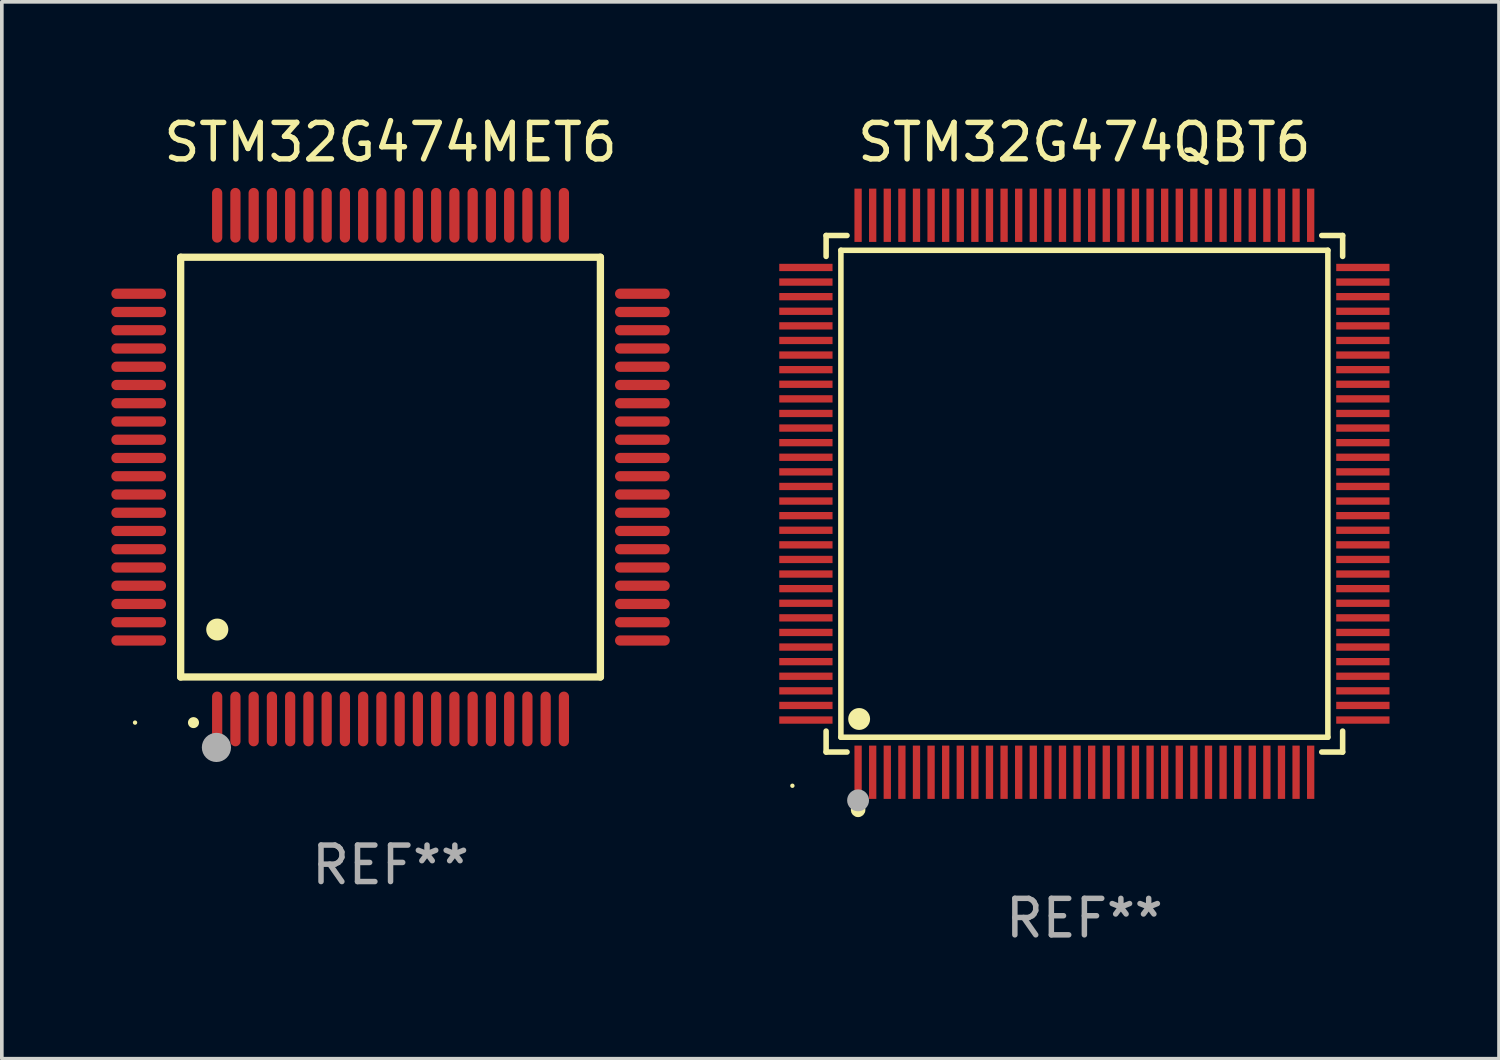
<source format=kicad_pcb>
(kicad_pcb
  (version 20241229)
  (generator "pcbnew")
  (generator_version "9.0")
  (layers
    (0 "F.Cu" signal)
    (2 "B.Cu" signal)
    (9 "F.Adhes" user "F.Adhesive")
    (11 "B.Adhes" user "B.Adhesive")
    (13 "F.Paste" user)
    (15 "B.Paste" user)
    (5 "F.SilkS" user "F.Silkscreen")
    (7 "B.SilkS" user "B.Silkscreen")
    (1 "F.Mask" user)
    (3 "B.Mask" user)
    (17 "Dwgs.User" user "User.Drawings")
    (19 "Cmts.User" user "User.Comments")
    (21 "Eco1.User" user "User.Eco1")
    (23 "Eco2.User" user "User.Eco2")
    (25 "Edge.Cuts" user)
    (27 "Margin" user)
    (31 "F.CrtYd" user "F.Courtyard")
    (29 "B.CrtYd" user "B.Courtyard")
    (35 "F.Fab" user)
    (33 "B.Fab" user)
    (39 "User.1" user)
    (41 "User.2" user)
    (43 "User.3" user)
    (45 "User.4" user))
  (footprint "STM32G474QBT6"
    (layer "F.Cu")
    (at 26.66 10.478)
    (property "Reference" "STM32G474QBT6" (at 0 -9.63 0) (layer "F.SilkS") (effects (font (size 1 1) (thickness 0.15))))
    (attr through_hole)
    (fp_line (start -7.076 -7.076) (end -6.503 -7.076) (stroke (width 0.152) (type solid)) (layer "F.SilkS"))
    (fp_line (start -7.076 -6.503) (end -7.076 -7.076) (stroke (width 0.152) (type solid)) (layer "F.SilkS"))
    (fp_line (start -7.076 6.503) (end -7.076 7.076) (stroke (width 0.152) (type solid)) (layer "F.SilkS"))
    (fp_line (start -7.076 7.076) (end -6.503 7.076) (stroke (width 0.152) (type solid)) (layer "F.SilkS"))
    (fp_line (start -6.671 -6.671) (end 6.671 -6.671) (stroke (width 0.152) (type solid)) (layer "F.SilkS"))
    (fp_line (start -6.671 6.671) (end -6.671 -6.671) (stroke (width 0.152) (type solid)) (layer "F.SilkS"))
    (fp_line (start 6.671 -6.671) (end 6.671 6.671) (stroke (width 0.152) (type solid)) (layer "F.SilkS"))
    (fp_line (start 6.671 6.671) (end -6.671 6.671) (stroke (width 0.152) (type solid)) (layer "F.SilkS"))
    (fp_line (start 7.076 -7.076) (end 6.503 -7.076) (stroke (width 0.152) (type solid)) (layer "F.SilkS"))
    (fp_line (start 7.076 -6.503) (end 7.076 -7.076) (stroke (width 0.152) (type solid)) (layer "F.SilkS"))
    (fp_line (start 7.076 6.503) (end 7.076 7.076) (stroke (width 0.152) (type solid)) (layer "F.SilkS"))
    (fp_line (start 7.076 7.076) (end 6.503 7.076) (stroke (width 0.152) (type solid)) (layer "F.SilkS"))
    (fp_circle (center -8 8) (end -7.97 8) (stroke (width 0.06) (type solid)) (fill no) (layer "F.SilkS"))
    (fp_circle (center -6.2 8.66) (end -6.1 8.66) (stroke (width 0.2) (type solid)) (fill no) (layer "F.SilkS"))
    (fp_circle (center -6.171 6.171) (end -6.021 6.171) (stroke (width 0.3) (type solid)) (fill no) (layer "F.SilkS"))
    (fp_circle (center -6.2 8.4) (end -6.05 8.4) (stroke (width 0.3) (type solid)) (fill no) (layer "F.Fab"))
    (fp_text user "REF**" (at 0 11.63 0) (layer "F.Fab") (effects (font (size 1 1) (thickness 0.15))))
    (pad "1" smd rect (at -6.2 7.63) (size 0.2 1.46) (layers "F.Cu" "F.Mask" "F.Paste"))
    (pad "2" smd rect (at -5.8 7.63) (size 0.2 1.46) (layers "F.Cu" "F.Mask" "F.Paste"))
    (pad "3" smd rect (at -5.4 7.63) (size 0.2 1.46) (layers "F.Cu" "F.Mask" "F.Paste"))
    (pad "4" smd rect (at -5 7.63) (size 0.2 1.46) (layers "F.Cu" "F.Mask" "F.Paste"))
    (pad "5" smd rect (at -4.6 7.63) (size 0.2 1.46) (layers "F.Cu" "F.Mask" "F.Paste"))
    (pad "6" smd rect (at -4.2 7.63) (size 0.2 1.46) (layers "F.Cu" "F.Mask" "F.Paste"))
    (pad "7" smd rect (at -3.8 7.63) (size 0.2 1.46) (layers "F.Cu" "F.Mask" "F.Paste"))
    (pad "8" smd rect (at -3.4 7.63) (size 0.2 1.46) (layers "F.Cu" "F.Mask" "F.Paste"))
    (pad "9" smd rect (at -3 7.63) (size 0.2 1.46) (layers "F.Cu" "F.Mask" "F.Paste"))
    (pad "10" smd rect (at -2.6 7.63) (size 0.2 1.46) (layers "F.Cu" "F.Mask" "F.Paste"))
    (pad "11" smd rect (at -2.2 7.63) (size 0.2 1.46) (layers "F.Cu" "F.Mask" "F.Paste"))
    (pad "12" smd rect (at -1.8 7.63) (size 0.2 1.46) (layers "F.Cu" "F.Mask" "F.Paste"))
    (pad "13" smd rect (at -1.4 7.63) (size 0.2 1.46) (layers "F.Cu" "F.Mask" "F.Paste"))
    (pad "14" smd rect (at -1 7.63) (size 0.2 1.46) (layers "F.Cu" "F.Mask" "F.Paste"))
    (pad "15" smd rect (at -0.6 7.63) (size 0.2 1.46) (layers "F.Cu" "F.Mask" "F.Paste"))
    (pad "16" smd rect (at -0.2 7.63) (size 0.2 1.46) (layers "F.Cu" "F.Mask" "F.Paste"))
    (pad "17" smd rect (at 0.2 7.63) (size 0.2 1.46) (layers "F.Cu" "F.Mask" "F.Paste"))
    (pad "18" smd rect (at 0.6 7.63) (size 0.2 1.46) (layers "F.Cu" "F.Mask" "F.Paste"))
    (pad "19" smd rect (at 1 7.63) (size 0.2 1.46) (layers "F.Cu" "F.Mask" "F.Paste"))
    (pad "20" smd rect (at 1.4 7.63) (size 0.2 1.46) (layers "F.Cu" "F.Mask" "F.Paste"))
    (pad "21" smd rect (at 1.8 7.63) (size 0.2 1.46) (layers "F.Cu" "F.Mask" "F.Paste"))
    (pad "22" smd rect (at 2.2 7.63) (size 0.2 1.46) (layers "F.Cu" "F.Mask" "F.Paste"))
    (pad "23" smd rect (at 2.6 7.63) (size 0.2 1.46) (layers "F.Cu" "F.Mask" "F.Paste"))
    (pad "24" smd rect (at 3 7.63) (size 0.2 1.46) (layers "F.Cu" "F.Mask" "F.Paste"))
    (pad "25" smd rect (at 3.4 7.63) (size 0.2 1.46) (layers "F.Cu" "F.Mask" "F.Paste"))
    (pad "26" smd rect (at 3.8 7.63) (size 0.2 1.46) (layers "F.Cu" "F.Mask" "F.Paste"))
    (pad "27" smd rect (at 4.2 7.63) (size 0.2 1.46) (layers "F.Cu" "F.Mask" "F.Paste"))
    (pad "28" smd rect (at 4.6 7.63) (size 0.2 1.46) (layers "F.Cu" "F.Mask" "F.Paste"))
    (pad "29" smd rect (at 5 7.63) (size 0.2 1.46) (layers "F.Cu" "F.Mask" "F.Paste"))
    (pad "30" smd rect (at 5.4 7.63) (size 0.2 1.46) (layers "F.Cu" "F.Mask" "F.Paste"))
    (pad "31" smd rect (at 5.8 7.63) (size 0.2 1.46) (layers "F.Cu" "F.Mask" "F.Paste"))
    (pad "32" smd rect (at 6.2 7.63) (size 0.2 1.46) (layers "F.Cu" "F.Mask" "F.Paste"))
    (pad "33" smd rect (at 7.63 6.2) (size 1.46 0.2) (layers "F.Cu" "F.Mask" "F.Paste"))
    (pad "34" smd rect (at 7.63 5.8) (size 1.46 0.2) (layers "F.Cu" "F.Mask" "F.Paste"))
    (pad "35" smd rect (at 7.63 5.4) (size 1.46 0.2) (layers "F.Cu" "F.Mask" "F.Paste"))
    (pad "36" smd rect (at 7.63 5) (size 1.46 0.2) (layers "F.Cu" "F.Mask" "F.Paste"))
    (pad "37" smd rect (at 7.63 4.6) (size 1.46 0.2) (layers "F.Cu" "F.Mask" "F.Paste"))
    (pad "38" smd rect (at 7.63 4.2) (size 1.46 0.2) (layers "F.Cu" "F.Mask" "F.Paste"))
    (pad "39" smd rect (at 7.63 3.8) (size 1.46 0.2) (layers "F.Cu" "F.Mask" "F.Paste"))
    (pad "40" smd rect (at 7.63 3.4) (size 1.46 0.2) (layers "F.Cu" "F.Mask" "F.Paste"))
    (pad "41" smd rect (at 7.63 3) (size 1.46 0.2) (layers "F.Cu" "F.Mask" "F.Paste"))
    (pad "42" smd rect (at 7.63 2.6) (size 1.46 0.2) (layers "F.Cu" "F.Mask" "F.Paste"))
    (pad "43" smd rect (at 7.63 2.2) (size 1.46 0.2) (layers "F.Cu" "F.Mask" "F.Paste"))
    (pad "44" smd rect (at 7.63 1.8) (size 1.46 0.2) (layers "F.Cu" "F.Mask" "F.Paste"))
    (pad "45" smd rect (at 7.63 1.4) (size 1.46 0.2) (layers "F.Cu" "F.Mask" "F.Paste"))
    (pad "46" smd rect (at 7.63 1) (size 1.46 0.2) (layers "F.Cu" "F.Mask" "F.Paste"))
    (pad "47" smd rect (at 7.63 0.6) (size 1.46 0.2) (layers "F.Cu" "F.Mask" "F.Paste"))
    (pad "48" smd rect (at 7.63 0.2) (size 1.46 0.2) (layers "F.Cu" "F.Mask" "F.Paste"))
    (pad "49" smd rect (at 7.63 -0.2) (size 1.46 0.2) (layers "F.Cu" "F.Mask" "F.Paste"))
    (pad "50" smd rect (at 7.63 -0.6) (size 1.46 0.2) (layers "F.Cu" "F.Mask" "F.Paste"))
    (pad "51" smd rect (at 7.63 -1) (size 1.46 0.2) (layers "F.Cu" "F.Mask" "F.Paste"))
    (pad "52" smd rect (at 7.63 -1.4) (size 1.46 0.2) (layers "F.Cu" "F.Mask" "F.Paste"))
    (pad "53" smd rect (at 7.63 -1.8) (size 1.46 0.2) (layers "F.Cu" "F.Mask" "F.Paste"))
    (pad "54" smd rect (at 7.63 -2.2) (size 1.46 0.2) (layers "F.Cu" "F.Mask" "F.Paste"))
    (pad "55" smd rect (at 7.63 -2.6) (size 1.46 0.2) (layers "F.Cu" "F.Mask" "F.Paste"))
    (pad "56" smd rect (at 7.63 -3) (size 1.46 0.2) (layers "F.Cu" "F.Mask" "F.Paste"))
    (pad "57" smd rect (at 7.63 -3.4) (size 1.46 0.2) (layers "F.Cu" "F.Mask" "F.Paste"))
    (pad "58" smd rect (at 7.63 -3.8) (size 1.46 0.2) (layers "F.Cu" "F.Mask" "F.Paste"))
    (pad "59" smd rect (at 7.63 -4.2) (size 1.46 0.2) (layers "F.Cu" "F.Mask" "F.Paste"))
    (pad "60" smd rect (at 7.63 -4.6) (size 1.46 0.2) (layers "F.Cu" "F.Mask" "F.Paste"))
    (pad "61" smd rect (at 7.63 -5) (size 1.46 0.2) (layers "F.Cu" "F.Mask" "F.Paste"))
    (pad "62" smd rect (at 7.63 -5.4) (size 1.46 0.2) (layers "F.Cu" "F.Mask" "F.Paste"))
    (pad "63" smd rect (at 7.63 -5.8) (size 1.46 0.2) (layers "F.Cu" "F.Mask" "F.Paste"))
    (pad "64" smd rect (at 7.63 -6.2) (size 1.46 0.2) (layers "F.Cu" "F.Mask" "F.Paste"))
    (pad "65" smd rect (at 6.2 -7.63) (size 0.2 1.46) (layers "F.Cu" "F.Mask" "F.Paste"))
    (pad "66" smd rect (at 5.8 -7.63) (size 0.2 1.46) (layers "F.Cu" "F.Mask" "F.Paste"))
    (pad "67" smd rect (at 5.4 -7.63) (size 0.2 1.46) (layers "F.Cu" "F.Mask" "F.Paste"))
    (pad "68" smd rect (at 5 -7.63) (size 0.2 1.46) (layers "F.Cu" "F.Mask" "F.Paste"))
    (pad "69" smd rect (at 4.6 -7.63) (size 0.2 1.46) (layers "F.Cu" "F.Mask" "F.Paste"))
    (pad "70" smd rect (at 4.2 -7.63) (size 0.2 1.46) (layers "F.Cu" "F.Mask" "F.Paste"))
    (pad "71" smd rect (at 3.8 -7.63) (size 0.2 1.46) (layers "F.Cu" "F.Mask" "F.Paste"))
    (pad "72" smd rect (at 3.4 -7.63) (size 0.2 1.46) (layers "F.Cu" "F.Mask" "F.Paste"))
    (pad "73" smd rect (at 3 -7.63) (size 0.2 1.46) (layers "F.Cu" "F.Mask" "F.Paste"))
    (pad "74" smd rect (at 2.6 -7.63) (size 0.2 1.46) (layers "F.Cu" "F.Mask" "F.Paste"))
    (pad "75" smd rect (at 2.2 -7.63) (size 0.2 1.46) (layers "F.Cu" "F.Mask" "F.Paste"))
    (pad "76" smd rect (at 1.8 -7.63) (size 0.2 1.46) (layers "F.Cu" "F.Mask" "F.Paste"))
    (pad "77" smd rect (at 1.4 -7.63) (size 0.2 1.46) (layers "F.Cu" "F.Mask" "F.Paste"))
    (pad "78" smd rect (at 1 -7.63) (size 0.2 1.46) (layers "F.Cu" "F.Mask" "F.Paste"))
    (pad "79" smd rect (at 0.6 -7.63) (size 0.2 1.46) (layers "F.Cu" "F.Mask" "F.Paste"))
    (pad "80" smd rect (at 0.2 -7.63) (size 0.2 1.46) (layers "F.Cu" "F.Mask" "F.Paste"))
    (pad "81" smd rect (at -0.2 -7.63) (size 0.2 1.46) (layers "F.Cu" "F.Mask" "F.Paste"))
    (pad "82" smd rect (at -0.6 -7.63) (size 0.2 1.46) (layers "F.Cu" "F.Mask" "F.Paste"))
    (pad "83" smd rect (at -1 -7.63) (size 0.2 1.46) (layers "F.Cu" "F.Mask" "F.Paste"))
    (pad "84" smd rect (at -1.4 -7.63) (size 0.2 1.46) (layers "F.Cu" "F.Mask" "F.Paste"))
    (pad "85" smd rect (at -1.8 -7.63) (size 0.2 1.46) (layers "F.Cu" "F.Mask" "F.Paste"))
    (pad "86" smd rect (at -2.2 -7.63) (size 0.2 1.46) (layers "F.Cu" "F.Mask" "F.Paste"))
    (pad "87" smd rect (at -2.6 -7.63) (size 0.2 1.46) (layers "F.Cu" "F.Mask" "F.Paste"))
    (pad "88" smd rect (at -3 -7.63) (size 0.2 1.46) (layers "F.Cu" "F.Mask" "F.Paste"))
    (pad "89" smd rect (at -3.4 -7.63) (size 0.2 1.46) (layers "F.Cu" "F.Mask" "F.Paste"))
    (pad "90" smd rect (at -3.8 -7.63) (size 0.2 1.46) (layers "F.Cu" "F.Mask" "F.Paste"))
    (pad "91" smd rect (at -4.2 -7.63) (size 0.2 1.46) (layers "F.Cu" "F.Mask" "F.Paste"))
    (pad "92" smd rect (at -4.6 -7.63) (size 0.2 1.46) (layers "F.Cu" "F.Mask" "F.Paste"))
    (pad "93" smd rect (at -5 -7.63) (size 0.2 1.46) (layers "F.Cu" "F.Mask" "F.Paste"))
    (pad "94" smd rect (at -5.4 -7.63) (size 0.2 1.46) (layers "F.Cu" "F.Mask" "F.Paste"))
    (pad "95" smd rect (at -5.8 -7.63) (size 0.2 1.46) (layers "F.Cu" "F.Mask" "F.Paste"))
    (pad "96" smd rect (at -6.2 -7.63) (size 0.2 1.46) (layers "F.Cu" "F.Mask" "F.Paste"))
    (pad "97" smd rect (at -7.63 -6.2) (size 1.46 0.2) (layers "F.Cu" "F.Mask" "F.Paste"))
    (pad "98" smd rect (at -7.63 -5.8) (size 1.46 0.2) (layers "F.Cu" "F.Mask" "F.Paste"))
    (pad "99" smd rect (at -7.63 -5.4) (size 1.46 0.2) (layers "F.Cu" "F.Mask" "F.Paste"))
    (pad "100" smd rect (at -7.63 -5) (size 1.46 0.2) (layers "F.Cu" "F.Mask" "F.Paste"))
    (pad "101" smd rect (at -7.63 -4.6) (size 1.46 0.2) (layers "F.Cu" "F.Mask" "F.Paste"))
    (pad "102" smd rect (at -7.63 -4.2) (size 1.46 0.2) (layers "F.Cu" "F.Mask" "F.Paste"))
    (pad "103" smd rect (at -7.63 -3.8) (size 1.46 0.2) (layers "F.Cu" "F.Mask" "F.Paste"))
    (pad "104" smd rect (at -7.63 -3.4) (size 1.46 0.2) (layers "F.Cu" "F.Mask" "F.Paste"))
    (pad "105" smd rect (at -7.63 -3) (size 1.46 0.2) (layers "F.Cu" "F.Mask" "F.Paste"))
    (pad "106" smd rect (at -7.63 -2.6) (size 1.46 0.2) (layers "F.Cu" "F.Mask" "F.Paste"))
    (pad "107" smd rect (at -7.63 -2.2) (size 1.46 0.2) (layers "F.Cu" "F.Mask" "F.Paste"))
    (pad "108" smd rect (at -7.63 -1.8) (size 1.46 0.2) (layers "F.Cu" "F.Mask" "F.Paste"))
    (pad "109" smd rect (at -7.63 -1.4) (size 1.46 0.2) (layers "F.Cu" "F.Mask" "F.Paste"))
    (pad "110" smd rect (at -7.63 -1) (size 1.46 0.2) (layers "F.Cu" "F.Mask" "F.Paste"))
    (pad "111" smd rect (at -7.63 -0.6) (size 1.46 0.2) (layers "F.Cu" "F.Mask" "F.Paste"))
    (pad "112" smd rect (at -7.63 -0.2) (size 1.46 0.2) (layers "F.Cu" "F.Mask" "F.Paste"))
    (pad "113" smd rect (at -7.63 0.2) (size 1.46 0.2) (layers "F.Cu" "F.Mask" "F.Paste"))
    (pad "114" smd rect (at -7.63 0.6) (size 1.46 0.2) (layers "F.Cu" "F.Mask" "F.Paste"))
    (pad "115" smd rect (at -7.63 1) (size 1.46 0.2) (layers "F.Cu" "F.Mask" "F.Paste"))
    (pad "116" smd rect (at -7.63 1.4) (size 1.46 0.2) (layers "F.Cu" "F.Mask" "F.Paste"))
    (pad "117" smd rect (at -7.63 1.8) (size 1.46 0.2) (layers "F.Cu" "F.Mask" "F.Paste"))
    (pad "118" smd rect (at -7.63 2.2) (size 1.46 0.2) (layers "F.Cu" "F.Mask" "F.Paste"))
    (pad "119" smd rect (at -7.63 2.6) (size 1.46 0.2) (layers "F.Cu" "F.Mask" "F.Paste"))
    (pad "120" smd rect (at -7.63 3) (size 1.46 0.2) (layers "F.Cu" "F.Mask" "F.Paste"))
    (pad "121" smd rect (at -7.63 3.4) (size 1.46 0.2) (layers "F.Cu" "F.Mask" "F.Paste"))
    (pad "122" smd rect (at -7.63 3.8) (size 1.46 0.2) (layers "F.Cu" "F.Mask" "F.Paste"))
    (pad "123" smd rect (at -7.63 4.2) (size 1.46 0.2) (layers "F.Cu" "F.Mask" "F.Paste"))
    (pad "124" smd rect (at -7.63 4.6) (size 1.46 0.2) (layers "F.Cu" "F.Mask" "F.Paste"))
    (pad "125" smd rect (at -7.63 5) (size 1.46 0.2) (layers "F.Cu" "F.Mask" "F.Paste"))
    (pad "126" smd rect (at -7.63 5.4) (size 1.46 0.2) (layers "F.Cu" "F.Mask" "F.Paste"))
    (pad "127" smd rect (at -7.63 5.8) (size 1.46 0.2) (layers "F.Cu" "F.Mask" "F.Paste"))
    (pad "128" smd rect (at -7.63 6.2) (size 1.46 0.2) (layers "F.Cu" "F.Mask" "F.Paste")))
  (footprint "STM32G474MET6"
    (layer "F.Cu")
    (at 7.65 9.748)
    (property "Reference" "STM32G474MET6" (at 0 -8.9 0) (layer "F.SilkS") (effects (font (size 1 1) (thickness 0.15))))
    (attr through_hole)
    (fp_line (start -5.75 -5.75) (end 5.75 -5.75) (stroke (width 0.2) (type solid)) (layer "F.SilkS"))
    (fp_line (start -5.75 5.75) (end -5.75 -5.75) (stroke (width 0.2) (type solid)) (layer "F.SilkS"))
    (fp_line (start 5.75 -5.75) (end 5.75 5.75) (stroke (width 0.2) (type solid)) (layer "F.SilkS"))
    (fp_line (start 5.75 5.75) (end -5.75 5.75) (stroke (width 0.2) (type solid)) (layer "F.SilkS"))
    (fp_arc (start -5.400051 7.000254) (mid -5.398781 7.000249) (end -5.397511 7.000254) (stroke (width 0.3) (type solid)) (layer "F.SilkS"))
    (fp_arc (start -4.749809 4.450089) (mid -4.747269 4.450078) (end -4.744729 4.450089) (stroke (width 0.6) (type solid)) (layer "F.SilkS"))
    (fp_circle (center -7 7) (end -6.97 7) (stroke (width 0.06) (type solid)) (fill no) (layer "F.SilkS"))
    (fp_circle (center -4.77 7.68) (end -4.57 7.68) (stroke (width 0.4) (type solid)) (fill no) (layer "F.Fab"))
    (fp_text user "REF**" (at 0 10.9 0) (layer "F.Fab") (effects (font (size 1 1) (thickness 0.15))))
    (pad "1" smd oval (at -4.75 6.9) (size 0.28 1.5) (layers "F.Cu" "F.Mask" "F.Paste"))
    (pad "2" smd oval (at -4.25 6.9) (size 0.28 1.5) (layers "F.Cu" "F.Mask" "F.Paste"))
    (pad "3" smd oval (at -3.75 6.9) (size 0.28 1.5) (layers "F.Cu" "F.Mask" "F.Paste"))
    (pad "4" smd oval (at -3.25 6.9) (size 0.28 1.5) (layers "F.Cu" "F.Mask" "F.Paste"))
    (pad "5" smd oval (at -2.75 6.9) (size 0.28 1.5) (layers "F.Cu" "F.Mask" "F.Paste"))
    (pad "6" smd oval (at -2.25 6.9) (size 0.28 1.5) (layers "F.Cu" "F.Mask" "F.Paste"))
    (pad "7" smd oval (at -1.75 6.9) (size 0.28 1.5) (layers "F.Cu" "F.Mask" "F.Paste"))
    (pad "8" smd oval (at -1.25 6.9) (size 0.28 1.5) (layers "F.Cu" "F.Mask" "F.Paste"))
    (pad "9" smd oval (at -0.75 6.9) (size 0.28 1.5) (layers "F.Cu" "F.Mask" "F.Paste"))
    (pad "10" smd oval (at -0.25 6.9) (size 0.28 1.5) (layers "F.Cu" "F.Mask" "F.Paste"))
    (pad "11" smd oval (at 0.25 6.9) (size 0.28 1.5) (layers "F.Cu" "F.Mask" "F.Paste"))
    (pad "12" smd oval (at 0.75 6.9) (size 0.28 1.5) (layers "F.Cu" "F.Mask" "F.Paste"))
    (pad "13" smd oval (at 1.25 6.9) (size 0.28 1.5) (layers "F.Cu" "F.Mask" "F.Paste"))
    (pad "14" smd oval (at 1.75 6.9) (size 0.28 1.5) (layers "F.Cu" "F.Mask" "F.Paste"))
    (pad "15" smd oval (at 2.25 6.9) (size 0.28 1.5) (layers "F.Cu" "F.Mask" "F.Paste"))
    (pad "16" smd oval (at 2.75 6.9) (size 0.28 1.5) (layers "F.Cu" "F.Mask" "F.Paste"))
    (pad "17" smd oval (at 3.25 6.9) (size 0.28 1.5) (layers "F.Cu" "F.Mask" "F.Paste"))
    (pad "18" smd oval (at 3.75 6.9) (size 0.28 1.5) (layers "F.Cu" "F.Mask" "F.Paste"))
    (pad "19" smd oval (at 4.25 6.9) (size 0.28 1.5) (layers "F.Cu" "F.Mask" "F.Paste"))
    (pad "20" smd oval (at 4.75 6.9) (size 0.28 1.5) (layers "F.Cu" "F.Mask" "F.Paste"))
    (pad "21" smd oval (at 6.9 4.75) (size 1.5 0.28) (layers "F.Cu" "F.Mask" "F.Paste"))
    (pad "22" smd oval (at 6.9 4.25) (size 1.5 0.28) (layers "F.Cu" "F.Mask" "F.Paste"))
    (pad "23" smd oval (at 6.9 3.75) (size 1.5 0.28) (layers "F.Cu" "F.Mask" "F.Paste"))
    (pad "24" smd oval (at 6.9 3.25) (size 1.5 0.28) (layers "F.Cu" "F.Mask" "F.Paste"))
    (pad "25" smd oval (at 6.9 2.75) (size 1.5 0.28) (layers "F.Cu" "F.Mask" "F.Paste"))
    (pad "26" smd oval (at 6.9 2.25) (size 1.5 0.28) (layers "F.Cu" "F.Mask" "F.Paste"))
    (pad "27" smd oval (at 6.9 1.75) (size 1.5 0.28) (layers "F.Cu" "F.Mask" "F.Paste"))
    (pad "28" smd oval (at 6.9 1.25) (size 1.5 0.28) (layers "F.Cu" "F.Mask" "F.Paste"))
    (pad "29" smd oval (at 6.9 0.75) (size 1.5 0.28) (layers "F.Cu" "F.Mask" "F.Paste"))
    (pad "30" smd oval (at 6.9 0.25) (size 1.5 0.28) (layers "F.Cu" "F.Mask" "F.Paste"))
    (pad "31" smd oval (at 6.9 -0.25) (size 1.5 0.28) (layers "F.Cu" "F.Mask" "F.Paste"))
    (pad "32" smd oval (at 6.9 -0.75) (size 1.5 0.28) (layers "F.Cu" "F.Mask" "F.Paste"))
    (pad "33" smd oval (at 6.9 -1.25) (size 1.5 0.28) (layers "F.Cu" "F.Mask" "F.Paste"))
    (pad "34" smd oval (at 6.9 -1.75) (size 1.5 0.28) (layers "F.Cu" "F.Mask" "F.Paste"))
    (pad "35" smd oval (at 6.9 -2.25) (size 1.5 0.28) (layers "F.Cu" "F.Mask" "F.Paste"))
    (pad "36" smd oval (at 6.9 -2.75) (size 1.5 0.28) (layers "F.Cu" "F.Mask" "F.Paste"))
    (pad "37" smd oval (at 6.9 -3.25) (size 1.5 0.28) (layers "F.Cu" "F.Mask" "F.Paste"))
    (pad "38" smd oval (at 6.9 -3.75) (size 1.5 0.28) (layers "F.Cu" "F.Mask" "F.Paste"))
    (pad "39" smd oval (at 6.9 -4.25) (size 1.5 0.28) (layers "F.Cu" "F.Mask" "F.Paste"))
    (pad "40" smd oval (at 6.9 -4.75) (size 1.5 0.28) (layers "F.Cu" "F.Mask" "F.Paste"))
    (pad "41" smd oval (at 4.75 -6.9) (size 0.28 1.5) (layers "F.Cu" "F.Mask" "F.Paste"))
    (pad "42" smd oval (at 4.25 -6.9) (size 0.28 1.5) (layers "F.Cu" "F.Mask" "F.Paste"))
    (pad "43" smd oval (at 3.75 -6.9) (size 0.28 1.5) (layers "F.Cu" "F.Mask" "F.Paste"))
    (pad "44" smd oval (at 3.25 -6.9) (size 0.28 1.5) (layers "F.Cu" "F.Mask" "F.Paste"))
    (pad "45" smd oval (at 2.75 -6.9) (size 0.28 1.5) (layers "F.Cu" "F.Mask" "F.Paste"))
    (pad "46" smd oval (at 2.25 -6.9) (size 0.28 1.5) (layers "F.Cu" "F.Mask" "F.Paste"))
    (pad "47" smd oval (at 1.75 -6.9) (size 0.28 1.5) (layers "F.Cu" "F.Mask" "F.Paste"))
    (pad "48" smd oval (at 1.25 -6.9) (size 0.28 1.5) (layers "F.Cu" "F.Mask" "F.Paste"))
    (pad "49" smd oval (at 0.75 -6.9) (size 0.28 1.5) (layers "F.Cu" "F.Mask" "F.Paste"))
    (pad "50" smd oval (at 0.25 -6.9) (size 0.28 1.5) (layers "F.Cu" "F.Mask" "F.Paste"))
    (pad "51" smd oval (at -0.25 -6.9) (size 0.28 1.5) (layers "F.Cu" "F.Mask" "F.Paste"))
    (pad "52" smd oval (at -0.75 -6.9) (size 0.28 1.5) (layers "F.Cu" "F.Mask" "F.Paste"))
    (pad "53" smd oval (at -1.25 -6.9) (size 0.28 1.5) (layers "F.Cu" "F.Mask" "F.Paste"))
    (pad "54" smd oval (at -1.75 -6.9) (size 0.28 1.5) (layers "F.Cu" "F.Mask" "F.Paste"))
    (pad "55" smd oval (at -2.25 -6.9) (size 0.28 1.5) (layers "F.Cu" "F.Mask" "F.Paste"))
    (pad "56" smd oval (at -2.75 -6.9) (size 0.28 1.5) (layers "F.Cu" "F.Mask" "F.Paste"))
    (pad "57" smd oval (at -3.25 -6.9) (size 0.28 1.5) (layers "F.Cu" "F.Mask" "F.Paste"))
    (pad "58" smd oval (at -3.75 -6.9) (size 0.28 1.5) (layers "F.Cu" "F.Mask" "F.Paste"))
    (pad "59" smd oval (at -4.25 -6.9) (size 0.28 1.5) (layers "F.Cu" "F.Mask" "F.Paste"))
    (pad "60" smd oval (at -4.75 -6.9) (size 0.28 1.5) (layers "F.Cu" "F.Mask" "F.Paste"))
    (pad "61" smd oval (at -6.9 -4.75) (size 1.5 0.28) (layers "F.Cu" "F.Mask" "F.Paste"))
    (pad "62" smd oval (at -6.9 -4.25) (size 1.5 0.28) (layers "F.Cu" "F.Mask" "F.Paste"))
    (pad "63" smd oval (at -6.9 -3.75) (size 1.5 0.28) (layers "F.Cu" "F.Mask" "F.Paste"))
    (pad "64" smd oval (at -6.9 -3.25) (size 1.5 0.28) (layers "F.Cu" "F.Mask" "F.Paste"))
    (pad "65" smd oval (at -6.9 -2.75) (size 1.5 0.28) (layers "F.Cu" "F.Mask" "F.Paste"))
    (pad "66" smd oval (at -6.9 -2.25) (size 1.5 0.28) (layers "F.Cu" "F.Mask" "F.Paste"))
    (pad "67" smd oval (at -6.9 -1.75) (size 1.5 0.28) (layers "F.Cu" "F.Mask" "F.Paste"))
    (pad "68" smd oval (at -6.9 -1.25) (size 1.5 0.28) (layers "F.Cu" "F.Mask" "F.Paste"))
    (pad "69" smd oval (at -6.9 -0.75) (size 1.5 0.28) (layers "F.Cu" "F.Mask" "F.Paste"))
    (pad "70" smd oval (at -6.9 -0.25) (size 1.5 0.28) (layers "F.Cu" "F.Mask" "F.Paste"))
    (pad "71" smd oval (at -6.9 0.25) (size 1.5 0.28) (layers "F.Cu" "F.Mask" "F.Paste"))
    (pad "72" smd oval (at -6.9 0.75) (size 1.5 0.28) (layers "F.Cu" "F.Mask" "F.Paste"))
    (pad "73" smd oval (at -6.9 1.25) (size 1.5 0.28) (layers "F.Cu" "F.Mask" "F.Paste"))
    (pad "74" smd oval (at -6.9 1.75) (size 1.5 0.28) (layers "F.Cu" "F.Mask" "F.Paste"))
    (pad "75" smd oval (at -6.9 2.25) (size 1.5 0.28) (layers "F.Cu" "F.Mask" "F.Paste"))
    (pad "76" smd oval (at -6.9 2.75) (size 1.5 0.28) (layers "F.Cu" "F.Mask" "F.Paste"))
    (pad "77" smd oval (at -6.9 3.25) (size 1.5 0.28) (layers "F.Cu" "F.Mask" "F.Paste"))
    (pad "78" smd oval (at -6.9 3.75) (size 1.5 0.28) (layers "F.Cu" "F.Mask" "F.Paste"))
    (pad "79" smd oval (at -6.9 4.25) (size 1.5 0.28) (layers "F.Cu" "F.Mask" "F.Paste"))
    (pad "80" smd oval (at -6.9 4.75) (size 1.5 0.28) (layers "F.Cu" "F.Mask" "F.Paste")))
  (gr_rect
    (start -3 -3)
    (end 38.02 25.956)
    (stroke (width 0.1) (type default))
    (fill no)
    (layer "Edge.Cuts")))
</source>
